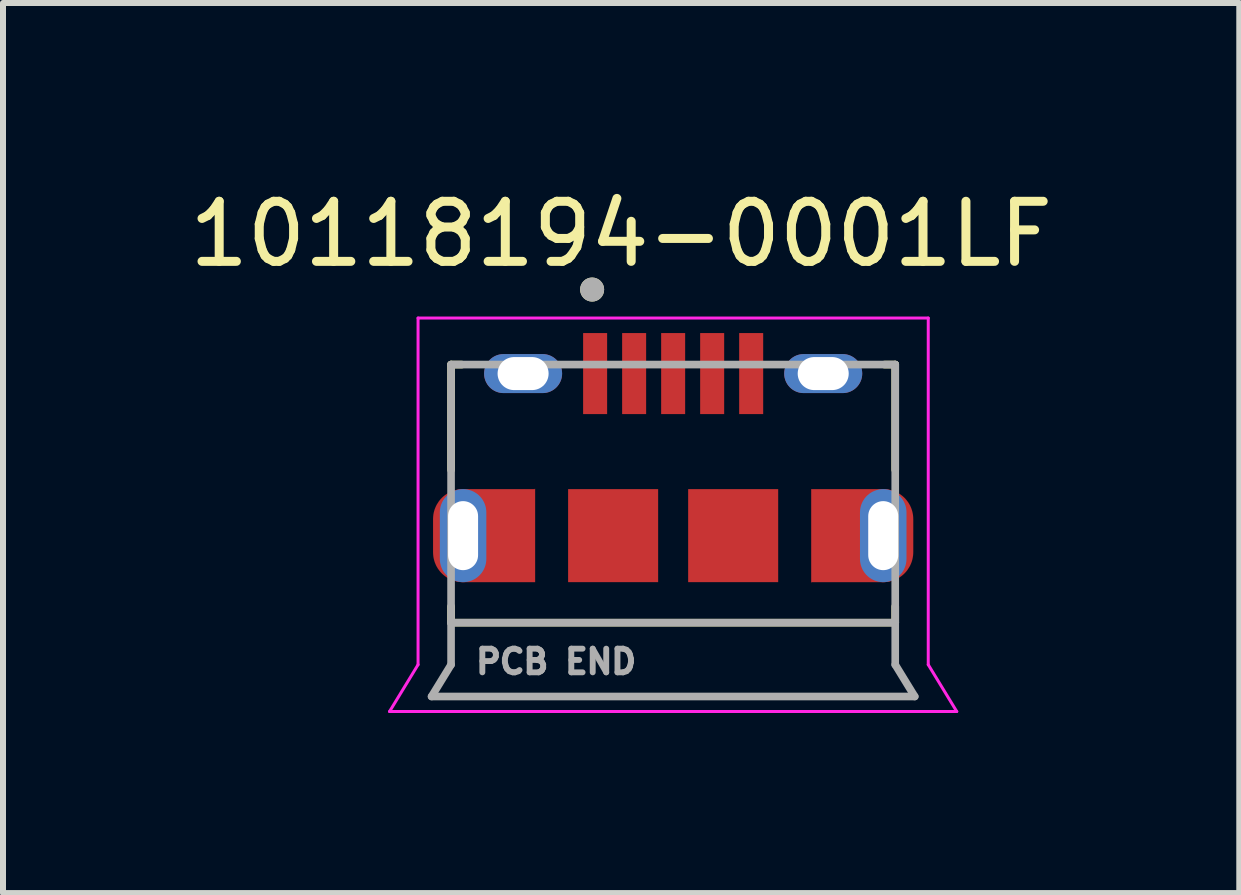
<source format=kicad_pcb>
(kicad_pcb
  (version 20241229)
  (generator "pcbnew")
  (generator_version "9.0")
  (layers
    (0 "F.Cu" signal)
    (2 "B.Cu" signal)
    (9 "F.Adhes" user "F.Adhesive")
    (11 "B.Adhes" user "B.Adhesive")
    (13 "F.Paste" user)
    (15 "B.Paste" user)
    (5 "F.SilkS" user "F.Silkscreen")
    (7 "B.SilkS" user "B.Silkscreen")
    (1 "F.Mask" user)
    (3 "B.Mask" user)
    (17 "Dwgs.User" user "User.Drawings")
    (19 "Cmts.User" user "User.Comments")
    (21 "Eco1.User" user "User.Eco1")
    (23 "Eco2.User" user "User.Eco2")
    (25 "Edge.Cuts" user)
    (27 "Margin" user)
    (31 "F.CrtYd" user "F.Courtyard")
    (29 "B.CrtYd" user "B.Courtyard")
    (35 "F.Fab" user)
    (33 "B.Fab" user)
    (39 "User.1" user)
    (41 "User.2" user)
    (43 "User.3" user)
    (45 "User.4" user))
  (footprint "10118194-0001LF"
    (layer "F.Cu")
    (at 8.165 5.874)
    (property "Reference" "10118194-0001LF" (at -0.866 -5.025 0) (layer "F.SilkS") (effects (font (size 1.001 1.001) (thickness 0.15))))
    (attr through_hole)
    (fp_poly (pts (xy -2.3 -0.78) (xy -2.3 0.775) (xy -3.498 0.775) (xy -3.498 0.575) (xy -3.486 0.575) (xy -3.473 0.574) (xy -3.46 0.572) (xy -3.447 0.57) (xy -3.434 0.567) (xy -3.422 0.563) (xy -3.41 0.558) (xy -3.398 0.553) (xy -3.386 0.548) (xy -3.374 0.542) (xy -3.363 0.535) (xy -3.353 0.527) (xy -3.342 0.52) (xy -3.332 0.511) (xy -3.323 0.502) (xy -3.314 0.493) (xy -3.305 0.483) (xy -3.298 0.472) (xy -3.29 0.462) (xy -3.283 0.451) (xy -3.277 0.439) (xy -3.272 0.427) (xy -3.267 0.415) (xy -3.262 0.403) (xy -3.258 0.391) (xy -3.255 0.378) (xy -3.253 0.365) (xy -3.251 0.352) (xy -3.25 0.339) (xy -3.25 0.325) (xy -3.25 0.315) (xy -3.25 -0.315) (xy -3.25 -0.325) (xy -3.25 -0.338) (xy -3.251 -0.351) (xy -3.253 -0.364) (xy -3.255 -0.377) (xy -3.259 -0.39) (xy -3.262 -0.402) (xy -3.267 -0.415) (xy -3.272 -0.427) (xy -3.277 -0.438) (xy -3.283 -0.45) (xy -3.29 -0.461) (xy -3.298 -0.472) (xy -3.306 -0.482) (xy -3.314 -0.492) (xy -3.323 -0.502) (xy -3.333 -0.511) (xy -3.343 -0.519) (xy -3.353 -0.527) (xy -3.364 -0.535) (xy -3.375 -0.542) (xy -3.387 -0.548) (xy -3.398 -0.553) (xy -3.41 -0.558) (xy -3.423 -0.563) (xy -3.435 -0.566) (xy -3.448 -0.57) (xy -3.461 -0.572) (xy -3.474 -0.574) (xy -3.487 -0.575) (xy -3.5 -0.575) (xy -3.513 -0.575) (xy -3.526 -0.574) (xy -3.539 -0.572) (xy -3.552 -0.57) (xy -3.565 -0.566) (xy -3.577 -0.563) (xy -3.59 -0.558) (xy -3.602 -0.553) (xy -3.613 -0.548) (xy -3.625 -0.542) (xy -3.636 -0.535) (xy -3.647 -0.527) (xy -3.657 -0.519) (xy -3.667 -0.511) (xy -3.677 -0.502) (xy -3.686 -0.492) (xy -3.694 -0.482) (xy -3.702 -0.472) (xy -3.71 -0.461) (xy -3.717 -0.45) (xy -3.723 -0.438) (xy -3.728 -0.427) (xy -3.733 -0.415) (xy -3.738 -0.402) (xy -3.741 -0.39) (xy -3.745 -0.377) (xy -3.747 -0.364) (xy -3.749 -0.351) (xy -3.75 -0.338) (xy -3.75 -0.325) (xy -3.75 0.325) (xy -3.75 0.339) (xy -3.749 0.352) (xy -3.747 0.365) (xy -3.745 0.378) (xy -3.742 0.391) (xy -3.738 0.403) (xy -3.733 0.415) (xy -3.728 0.427) (xy -3.723 0.439) (xy -3.717 0.451) (xy -3.71 0.462) (xy -3.702 0.472) (xy -3.695 0.483) (xy -3.686 0.493) (xy -3.677 0.502) (xy -3.668 0.511) (xy -3.658 0.52) (xy -3.647 0.527) (xy -3.637 0.535) (xy -3.626 0.542) (xy -3.614 0.548) (xy -3.602 0.553) (xy -3.59 0.558) (xy -3.578 0.563) (xy -3.566 0.567) (xy -3.553 0.57) (xy -3.54 0.572) (xy -3.527 0.574) (xy -3.514 0.575) (xy -3.502 0.575) (xy -3.502 0.775) (xy -3.527 0.774) (xy -3.553 0.772) (xy -3.579 0.769) (xy -3.605 0.764) (xy -3.63 0.758) (xy -3.655 0.751) (xy -3.68 0.742) (xy -3.704 0.732) (xy -3.728 0.721) (xy -3.751 0.708) (xy -3.773 0.695) (xy -3.794 0.68) (xy -3.815 0.664) (xy -3.835 0.647) (xy -3.854 0.629) (xy -3.872 0.61) (xy -3.889 0.59) (xy -3.905 0.569) (xy -3.92 0.548) (xy -3.933 0.526) (xy -3.946 0.503) (xy -3.957 0.479) (xy -3.967 0.455) (xy -3.976 0.43) (xy -3.983 0.405) (xy -3.989 0.38) (xy -3.994 0.354) (xy -3.997 0.328) (xy -3.999 0.302) (xy -4 0.275) (xy -4 -0.275) (xy -3.999 -0.301) (xy -3.997 -0.327) (xy -3.994 -0.353) (xy -3.989 -0.379) (xy -3.983 -0.404) (xy -3.976 -0.43) (xy -3.967 -0.454) (xy -3.957 -0.478) (xy -3.946 -0.502) (xy -3.933 -0.525) (xy -3.919 -0.547) (xy -3.905 -0.569) (xy -3.889 -0.59) (xy -3.872 -0.61) (xy -3.854 -0.629) (xy -3.835 -0.647) (xy -3.815 -0.664) (xy -3.794 -0.68) (xy -3.772 -0.694) (xy -3.75 -0.708) (xy -3.727 -0.721) (xy -3.703 -0.732) (xy -3.679 -0.742) (xy -3.655 -0.751) (xy -3.629 -0.758) (xy -3.604 -0.764) (xy -3.578 -0.769) (xy -3.552 -0.772) (xy -3.526 -0.774) (xy -3.5 -0.775) (xy -2.305 -0.775) (xy -2.305 -0.78) (xy -2.3 -0.78)) (stroke (width 0.001) (type solid)) (fill yes) (layer "F.Cu"))
    (fp_poly (pts (xy 2.3 0.78) (xy 2.3 -0.775) (xy 3.498 -0.775) (xy 3.498 -0.575) (xy 3.486 -0.575) (xy 3.473 -0.574) (xy 3.46 -0.572) (xy 3.447 -0.57) (xy 3.434 -0.567) (xy 3.422 -0.563) (xy 3.41 -0.558) (xy 3.398 -0.553) (xy 3.386 -0.548) (xy 3.374 -0.542) (xy 3.363 -0.535) (xy 3.353 -0.527) (xy 3.342 -0.52) (xy 3.332 -0.511) (xy 3.323 -0.502) (xy 3.314 -0.493) (xy 3.305 -0.483) (xy 3.298 -0.472) (xy 3.29 -0.462) (xy 3.283 -0.451) (xy 3.277 -0.439) (xy 3.272 -0.427) (xy 3.267 -0.415) (xy 3.262 -0.403) (xy 3.258 -0.391) (xy 3.255 -0.378) (xy 3.253 -0.365) (xy 3.251 -0.352) (xy 3.25 -0.339) (xy 3.25 -0.325) (xy 3.25 -0.315) (xy 3.25 0.315) (xy 3.25 0.325) (xy 3.25 0.338) (xy 3.251 0.351) (xy 3.253 0.364) (xy 3.255 0.377) (xy 3.259 0.39) (xy 3.262 0.402) (xy 3.267 0.415) (xy 3.272 0.427) (xy 3.277 0.438) (xy 3.283 0.45) (xy 3.29 0.461) (xy 3.298 0.472) (xy 3.306 0.482) (xy 3.314 0.492) (xy 3.323 0.502) (xy 3.333 0.511) (xy 3.343 0.519) (xy 3.353 0.527) (xy 3.364 0.535) (xy 3.375 0.542) (xy 3.387 0.548) (xy 3.398 0.553) (xy 3.41 0.558) (xy 3.423 0.563) (xy 3.435 0.566) (xy 3.448 0.57) (xy 3.461 0.572) (xy 3.474 0.574) (xy 3.487 0.575) (xy 3.5 0.575) (xy 3.513 0.575) (xy 3.526 0.574) (xy 3.539 0.572) (xy 3.552 0.57) (xy 3.565 0.566) (xy 3.577 0.563) (xy 3.59 0.558) (xy 3.602 0.553) (xy 3.613 0.548) (xy 3.625 0.542) (xy 3.636 0.535) (xy 3.647 0.527) (xy 3.657 0.519) (xy 3.667 0.511) (xy 3.677 0.502) (xy 3.686 0.492) (xy 3.694 0.482) (xy 3.702 0.472) (xy 3.71 0.461) (xy 3.717 0.45) (xy 3.723 0.438) (xy 3.728 0.427) (xy 3.733 0.415) (xy 3.738 0.402) (xy 3.741 0.39) (xy 3.745 0.377) (xy 3.747 0.364) (xy 3.749 0.351) (xy 3.75 0.338) (xy 3.75 0.325) (xy 3.75 -0.325) (xy 3.75 -0.339) (xy 3.749 -0.352) (xy 3.747 -0.365) (xy 3.745 -0.378) (xy 3.742 -0.391) (xy 3.738 -0.403) (xy 3.733 -0.415) (xy 3.728 -0.427) (xy 3.723 -0.439) (xy 3.717 -0.451) (xy 3.71 -0.462) (xy 3.702 -0.472) (xy 3.695 -0.483) (xy 3.686 -0.493) (xy 3.677 -0.502) (xy 3.668 -0.511) (xy 3.658 -0.52) (xy 3.647 -0.527) (xy 3.637 -0.535) (xy 3.626 -0.542) (xy 3.614 -0.548) (xy 3.602 -0.553) (xy 3.59 -0.558) (xy 3.578 -0.563) (xy 3.566 -0.567) (xy 3.553 -0.57) (xy 3.54 -0.572) (xy 3.527 -0.574) (xy 3.514 -0.575) (xy 3.502 -0.575) (xy 3.502 -0.775) (xy 3.527 -0.774) (xy 3.553 -0.772) (xy 3.579 -0.769) (xy 3.605 -0.764) (xy 3.63 -0.758) (xy 3.655 -0.751) (xy 3.68 -0.742) (xy 3.704 -0.732) (xy 3.728 -0.721) (xy 3.751 -0.708) (xy 3.773 -0.695) (xy 3.794 -0.68) (xy 3.815 -0.664) (xy 3.835 -0.647) (xy 3.854 -0.629) (xy 3.872 -0.61) (xy 3.889 -0.59) (xy 3.905 -0.569) (xy 3.92 -0.548) (xy 3.933 -0.526) (xy 3.946 -0.503) (xy 3.957 -0.479) (xy 3.967 -0.455) (xy 3.976 -0.43) (xy 3.983 -0.405) (xy 3.989 -0.38) (xy 3.994 -0.354) (xy 3.997 -0.328) (xy 3.999 -0.302) (xy 4 -0.275) (xy 4 0.275) (xy 3.999 0.301) (xy 3.997 0.327) (xy 3.994 0.353) (xy 3.989 0.379) (xy 3.983 0.404) (xy 3.976 0.43) (xy 3.967 0.454) (xy 3.957 0.478) (xy 3.946 0.502) (xy 3.933 0.525) (xy 3.919 0.547) (xy 3.905 0.569) (xy 3.889 0.59) (xy 3.872 0.61) (xy 3.854 0.629) (xy 3.835 0.647) (xy 3.815 0.664) (xy 3.794 0.68) (xy 3.772 0.694) (xy 3.75 0.708) (xy 3.727 0.721) (xy 3.703 0.732) (xy 3.679 0.742) (xy 3.655 0.751) (xy 3.629 0.758) (xy 3.604 0.764) (xy 3.578 0.769) (xy 3.552 0.772) (xy 3.526 0.774) (xy 3.5 0.775) (xy 2.305 0.775) (xy 2.305 0.78) (xy 2.3 0.78)) (stroke (width 0.001) (type solid)) (fill yes) (layer "F.Cu"))
    (fp_poly (pts (xy -3.6 -0.875) (xy -2.2 -0.875) (xy -2.2 0.875) (xy -3.6 0.875) (xy -3.626 0.874) (xy -3.652 0.872) (xy -3.678 0.869) (xy -3.704 0.864) (xy -3.729 0.858) (xy -3.755 0.851) (xy -3.779 0.842) (xy -3.803 0.832) (xy -3.827 0.821) (xy -3.85 0.808) (xy -3.872 0.794) (xy -3.894 0.78) (xy -3.915 0.764) (xy -3.935 0.747) (xy -3.954 0.729) (xy -3.972 0.71) (xy -3.989 0.69) (xy -4.005 0.669) (xy -4.019 0.647) (xy -4.033 0.625) (xy -4.046 0.602) (xy -4.057 0.578) (xy -4.067 0.554) (xy -4.076 0.53) (xy -4.083 0.504) (xy -4.089 0.479) (xy -4.094 0.453) (xy -4.097 0.427) (xy -4.099 0.401) (xy -4.1 0.375) (xy -4.1 -0.375) (xy -4.099 -0.401) (xy -4.097 -0.427) (xy -4.094 -0.453) (xy -4.089 -0.479) (xy -4.083 -0.504) (xy -4.076 -0.53) (xy -4.067 -0.554) (xy -4.057 -0.578) (xy -4.046 -0.602) (xy -4.033 -0.625) (xy -4.019 -0.647) (xy -4.005 -0.669) (xy -3.989 -0.69) (xy -3.972 -0.71) (xy -3.954 -0.729) (xy -3.935 -0.747) (xy -3.915 -0.764) (xy -3.894 -0.78) (xy -3.872 -0.794) (xy -3.85 -0.808) (xy -3.827 -0.821) (xy -3.803 -0.832) (xy -3.779 -0.842) (xy -3.755 -0.851) (xy -3.729 -0.858) (xy -3.704 -0.864) (xy -3.678 -0.869) (xy -3.652 -0.872) (xy -3.626 -0.874) (xy -3.6 -0.875)) (stroke (width 0.0001) (type solid)) (fill yes) (layer "F.Mask"))
    (fp_poly (pts (xy 3.6 0.875) (xy 2.2 0.875) (xy 2.2 -0.875) (xy 3.6 -0.875) (xy 3.626 -0.874) (xy 3.652 -0.872) (xy 3.678 -0.869) (xy 3.704 -0.864) (xy 3.729 -0.858) (xy 3.755 -0.851) (xy 3.779 -0.842) (xy 3.803 -0.832) (xy 3.827 -0.821) (xy 3.85 -0.808) (xy 3.872 -0.794) (xy 3.894 -0.78) (xy 3.915 -0.764) (xy 3.935 -0.747) (xy 3.954 -0.729) (xy 3.972 -0.71) (xy 3.989 -0.69) (xy 4.005 -0.669) (xy 4.019 -0.647) (xy 4.033 -0.625) (xy 4.046 -0.602) (xy 4.057 -0.578) (xy 4.067 -0.554) (xy 4.076 -0.53) (xy 4.083 -0.504) (xy 4.089 -0.479) (xy 4.094 -0.453) (xy 4.097 -0.427) (xy 4.099 -0.401) (xy 4.1 -0.375) (xy 4.1 0.375) (xy 4.099 0.401) (xy 4.097 0.427) (xy 4.094 0.453) (xy 4.089 0.479) (xy 4.083 0.504) (xy 4.076 0.53) (xy 4.067 0.554) (xy 4.057 0.578) (xy 4.046 0.602) (xy 4.033 0.625) (xy 4.019 0.647) (xy 4.005 0.669) (xy 3.989 0.69) (xy 3.972 0.71) (xy 3.954 0.729) (xy 3.935 0.747) (xy 3.915 0.764) (xy 3.894 0.78) (xy 3.872 0.794) (xy 3.85 0.808) (xy 3.827 0.821) (xy 3.803 0.832) (xy 3.779 0.842) (xy 3.755 0.851) (xy 3.729 0.858) (xy 3.704 0.864) (xy 3.678 0.869) (xy 3.652 0.872) (xy 3.626 0.874) (xy 3.6 0.875)) (stroke (width 0.0001) (type solid)) (fill yes) (layer "F.Mask"))
    (fp_line (start -3.7 -2.85) (end -3.7 -1.095) (stroke (width 0.127) (type solid)) (layer "F.SilkS"))
    (fp_line (start -3.7 -2.85) (end -3.52 -2.85) (stroke (width 0.127) (type solid)) (layer "F.SilkS"))
    (fp_line (start -3.7 1.45) (end -3.7 1.18) (stroke (width 0.127) (type solid)) (layer "F.SilkS"))
    (fp_line (start -3.7 1.45) (end 3.7 1.45) (stroke (width 0.127) (type solid)) (layer "F.SilkS"))
    (fp_line (start 3.7 -2.85) (end 3.52 -2.85) (stroke (width 0.127) (type solid)) (layer "F.SilkS"))
    (fp_line (start 3.7 -2.85) (end 3.7 -1.095) (stroke (width 0.127) (type solid)) (layer "F.SilkS"))
    (fp_line (start 3.7 1.18) (end 3.7 1.45) (stroke (width 0.127) (type solid)) (layer "F.SilkS"))
    (fp_circle (center -1.35 -4.1) (end -1.25 -4.1) (stroke (width 0.2) (type solid)) (fill no) (layer "F.SilkS"))
    (fp_line (start -3.5 -0.77) (end -3.5 -0.6) (stroke (width 0.0001) (type solid)) (layer "F.Paste"))
    (fp_line (start 3.5 0.77) (end 3.5 0.6) (stroke (width 0.0001) (type solid)) (layer "F.Paste"))
    (fp_poly (pts (xy -3.5 -0.775) (xy -3.5 -0.575) (xy -3.487 -0.575) (xy -3.474 -0.574) (xy -3.461 -0.572) (xy -3.448 -0.57) (xy -3.435 -0.566) (xy -3.423 -0.563) (xy -3.41 -0.558) (xy -3.398 -0.553) (xy -3.387 -0.548) (xy -3.375 -0.542) (xy -3.364 -0.535) (xy -3.353 -0.527) (xy -3.343 -0.519) (xy -3.333 -0.511) (xy -3.323 -0.502) (xy -3.314 -0.492) (xy -3.306 -0.482) (xy -3.298 -0.472) (xy -3.29 -0.461) (xy -3.283 -0.45) (xy -3.277 -0.438) (xy -3.272 -0.427) (xy -3.267 -0.415) (xy -3.262 -0.402) (xy -3.259 -0.39) (xy -3.255 -0.377) (xy -3.253 -0.364) (xy -3.251 -0.351) (xy -3.25 -0.338) (xy -3.25 -0.325) (xy -3.25 0.325) (xy -3.25 0.338) (xy -3.251 0.351) (xy -3.253 0.364) (xy -3.255 0.377) (xy -3.259 0.39) (xy -3.262 0.402) (xy -3.267 0.415) (xy -3.272 0.427) (xy -3.277 0.438) (xy -3.283 0.45) (xy -3.29 0.461) (xy -3.298 0.472) (xy -3.306 0.482) (xy -3.314 0.492) (xy -3.323 0.502) (xy -3.333 0.511) (xy -3.343 0.519) (xy -3.353 0.527) (xy -3.364 0.535) (xy -3.375 0.542) (xy -3.387 0.548) (xy -3.398 0.553) (xy -3.41 0.558) (xy -3.423 0.563) (xy -3.435 0.566) (xy -3.448 0.57) (xy -3.461 0.572) (xy -3.474 0.574) (xy -3.487 0.575) (xy -3.5 0.575) (xy -3.5 0.775) (xy -2.3 0.775) (xy -2.3 -0.775) (xy -3.5 -0.775)) (stroke (width 0.0001) (type solid)) (fill yes) (layer "F.Paste"))
    (fp_poly (pts (xy 3.5 0.775) (xy 3.5 0.575) (xy 3.487 0.575) (xy 3.474 0.574) (xy 3.461 0.572) (xy 3.448 0.57) (xy 3.435 0.566) (xy 3.423 0.563) (xy 3.41 0.558) (xy 3.398 0.553) (xy 3.387 0.548) (xy 3.375 0.542) (xy 3.364 0.535) (xy 3.353 0.527) (xy 3.343 0.519) (xy 3.333 0.511) (xy 3.323 0.502) (xy 3.314 0.492) (xy 3.306 0.482) (xy 3.298 0.472) (xy 3.29 0.461) (xy 3.283 0.45) (xy 3.277 0.438) (xy 3.272 0.427) (xy 3.267 0.415) (xy 3.262 0.402) (xy 3.259 0.39) (xy 3.255 0.377) (xy 3.253 0.364) (xy 3.251 0.351) (xy 3.25 0.338) (xy 3.25 0.325) (xy 3.25 -0.325) (xy 3.25 -0.338) (xy 3.251 -0.351) (xy 3.253 -0.364) (xy 3.255 -0.377) (xy 3.259 -0.39) (xy 3.262 -0.402) (xy 3.267 -0.415) (xy 3.272 -0.427) (xy 3.277 -0.438) (xy 3.283 -0.45) (xy 3.29 -0.461) (xy 3.298 -0.472) (xy 3.306 -0.482) (xy 3.314 -0.492) (xy 3.323 -0.502) (xy 3.333 -0.511) (xy 3.343 -0.519) (xy 3.353 -0.527) (xy 3.364 -0.535) (xy 3.375 -0.542) (xy 3.387 -0.548) (xy 3.398 -0.553) (xy 3.41 -0.558) (xy 3.423 -0.563) (xy 3.435 -0.566) (xy 3.448 -0.57) (xy 3.461 -0.572) (xy 3.474 -0.574) (xy 3.487 -0.575) (xy 3.5 -0.575) (xy 3.5 -0.775) (xy 2.3 -0.775) (xy 2.3 0.775) (xy 3.5 0.775)) (stroke (width 0.0001) (type solid)) (fill yes) (layer "F.Paste"))
    (fp_poly (pts (xy -3.5 -0.775) (xy -3.5 -0.575) (xy -3.513 -0.575) (xy -3.526 -0.574) (xy -3.539 -0.572) (xy -3.552 -0.57) (xy -3.565 -0.566) (xy -3.577 -0.563) (xy -3.59 -0.558) (xy -3.602 -0.553) (xy -3.613 -0.548) (xy -3.625 -0.542) (xy -3.636 -0.535) (xy -3.647 -0.527) (xy -3.657 -0.519) (xy -3.667 -0.511) (xy -3.677 -0.502) (xy -3.686 -0.492) (xy -3.694 -0.482) (xy -3.702 -0.472) (xy -3.71 -0.461) (xy -3.717 -0.45) (xy -3.723 -0.438) (xy -3.728 -0.427) (xy -3.733 -0.415) (xy -3.738 -0.402) (xy -3.741 -0.39) (xy -3.745 -0.377) (xy -3.747 -0.364) (xy -3.749 -0.351) (xy -3.75 -0.338) (xy -3.75 -0.325) (xy -3.75 0.325) (xy -3.75 0.338) (xy -3.749 0.351) (xy -3.747 0.364) (xy -3.745 0.377) (xy -3.741 0.39) (xy -3.738 0.402) (xy -3.733 0.415) (xy -3.728 0.427) (xy -3.723 0.438) (xy -3.717 0.45) (xy -3.71 0.461) (xy -3.702 0.472) (xy -3.694 0.482) (xy -3.686 0.492) (xy -3.677 0.502) (xy -3.667 0.511) (xy -3.657 0.519) (xy -3.647 0.527) (xy -3.636 0.535) (xy -3.625 0.542) (xy -3.613 0.548) (xy -3.602 0.553) (xy -3.59 0.558) (xy -3.577 0.563) (xy -3.565 0.566) (xy -3.552 0.57) (xy -3.539 0.572) (xy -3.526 0.574) (xy -3.513 0.575) (xy -3.5 0.575) (xy -3.5 0.775) (xy -3.526 0.774) (xy -3.552 0.772) (xy -3.578 0.769) (xy -3.604 0.764) (xy -3.629 0.758) (xy -3.655 0.751) (xy -3.679 0.742) (xy -3.703 0.732) (xy -3.727 0.721) (xy -3.75 0.708) (xy -3.772 0.694) (xy -3.794 0.68) (xy -3.815 0.664) (xy -3.835 0.647) (xy -3.854 0.629) (xy -3.872 0.61) (xy -3.889 0.59) (xy -3.905 0.569) (xy -3.919 0.547) (xy -3.933 0.525) (xy -3.946 0.502) (xy -3.957 0.478) (xy -3.967 0.454) (xy -3.976 0.43) (xy -3.983 0.404) (xy -3.989 0.379) (xy -3.994 0.353) (xy -3.997 0.327) (xy -3.999 0.301) (xy -4 0.275) (xy -4 -0.275) (xy -3.999 -0.301) (xy -3.997 -0.327) (xy -3.994 -0.353) (xy -3.989 -0.379) (xy -3.983 -0.404) (xy -3.976 -0.43) (xy -3.967 -0.454) (xy -3.957 -0.478) (xy -3.946 -0.502) (xy -3.933 -0.525) (xy -3.919 -0.547) (xy -3.905 -0.569) (xy -3.889 -0.59) (xy -3.872 -0.61) (xy -3.854 -0.629) (xy -3.835 -0.647) (xy -3.815 -0.664) (xy -3.794 -0.68) (xy -3.772 -0.694) (xy -3.75 -0.708) (xy -3.727 -0.721) (xy -3.703 -0.732) (xy -3.679 -0.742) (xy -3.655 -0.751) (xy -3.629 -0.758) (xy -3.604 -0.764) (xy -3.578 -0.769) (xy -3.552 -0.772) (xy -3.526 -0.774) (xy -3.5 -0.775)) (stroke (width 0.0001) (type solid)) (fill yes) (layer "F.Paste"))
    (fp_poly (pts (xy 3.5 0.775) (xy 3.5 0.575) (xy 3.513 0.575) (xy 3.526 0.574) (xy 3.539 0.572) (xy 3.552 0.57) (xy 3.565 0.566) (xy 3.577 0.563) (xy 3.59 0.558) (xy 3.602 0.553) (xy 3.613 0.548) (xy 3.625 0.542) (xy 3.636 0.535) (xy 3.647 0.527) (xy 3.657 0.519) (xy 3.667 0.511) (xy 3.677 0.502) (xy 3.686 0.492) (xy 3.694 0.482) (xy 3.702 0.472) (xy 3.71 0.461) (xy 3.717 0.45) (xy 3.723 0.438) (xy 3.728 0.427) (xy 3.733 0.415) (xy 3.738 0.402) (xy 3.741 0.39) (xy 3.745 0.377) (xy 3.747 0.364) (xy 3.749 0.351) (xy 3.75 0.338) (xy 3.75 0.325) (xy 3.75 -0.325) (xy 3.75 -0.338) (xy 3.749 -0.351) (xy 3.747 -0.364) (xy 3.745 -0.377) (xy 3.741 -0.39) (xy 3.738 -0.402) (xy 3.733 -0.415) (xy 3.728 -0.427) (xy 3.723 -0.438) (xy 3.717 -0.45) (xy 3.71 -0.461) (xy 3.702 -0.472) (xy 3.694 -0.482) (xy 3.686 -0.492) (xy 3.677 -0.502) (xy 3.667 -0.511) (xy 3.657 -0.519) (xy 3.647 -0.527) (xy 3.636 -0.535) (xy 3.625 -0.542) (xy 3.613 -0.548) (xy 3.602 -0.553) (xy 3.59 -0.558) (xy 3.577 -0.563) (xy 3.565 -0.566) (xy 3.552 -0.57) (xy 3.539 -0.572) (xy 3.526 -0.574) (xy 3.513 -0.575) (xy 3.5 -0.575) (xy 3.5 -0.775) (xy 3.526 -0.774) (xy 3.552 -0.772) (xy 3.578 -0.769) (xy 3.604 -0.764) (xy 3.629 -0.758) (xy 3.655 -0.751) (xy 3.679 -0.742) (xy 3.703 -0.732) (xy 3.727 -0.721) (xy 3.75 -0.708) (xy 3.772 -0.694) (xy 3.794 -0.68) (xy 3.815 -0.664) (xy 3.835 -0.647) (xy 3.854 -0.629) (xy 3.872 -0.61) (xy 3.889 -0.59) (xy 3.905 -0.569) (xy 3.919 -0.547) (xy 3.933 -0.525) (xy 3.946 -0.502) (xy 3.957 -0.478) (xy 3.967 -0.454) (xy 3.976 -0.43) (xy 3.983 -0.404) (xy 3.989 -0.379) (xy 3.994 -0.353) (xy 3.997 -0.327) (xy 3.999 -0.301) (xy 4 -0.275) (xy 4 0.275) (xy 3.999 0.301) (xy 3.997 0.327) (xy 3.994 0.353) (xy 3.989 0.379) (xy 3.983 0.404) (xy 3.976 0.43) (xy 3.967 0.454) (xy 3.957 0.478) (xy 3.946 0.502) (xy 3.933 0.525) (xy 3.919 0.547) (xy 3.905 0.569) (xy 3.889 0.59) (xy 3.872 0.61) (xy 3.854 0.629) (xy 3.835 0.647) (xy 3.815 0.664) (xy 3.794 0.68) (xy 3.772 0.694) (xy 3.75 0.708) (xy 3.727 0.721) (xy 3.703 0.732) (xy 3.679 0.742) (xy 3.655 0.751) (xy 3.629 0.758) (xy 3.604 0.764) (xy 3.578 0.769) (xy 3.552 0.772) (xy 3.526 0.774) (xy 3.5 0.775)) (stroke (width 0.0001) (type solid)) (fill yes) (layer "F.Paste"))
    (fp_line (start -4.725 2.93) (end -4.25 2.15) (stroke (width 0.05) (type solid)) (layer "F.CrtYd"))
    (fp_line (start -4.25 -3.625) (end 4.25 -3.625) (stroke (width 0.05) (type solid)) (layer "F.CrtYd"))
    (fp_line (start -4.25 2.15) (end -4.25 -3.625) (stroke (width 0.05) (type solid)) (layer "F.CrtYd"))
    (fp_line (start 4.25 2.15) (end 4.25 -3.625) (stroke (width 0.05) (type solid)) (layer "F.CrtYd"))
    (fp_line (start 4.725 2.93) (end -4.725 2.93) (stroke (width 0.05) (type solid)) (layer "F.CrtYd"))
    (fp_line (start 4.725 2.93) (end 4.25 2.15) (stroke (width 0.05) (type solid)) (layer "F.CrtYd"))
    (fp_line (start -4.025 2.68) (end 4.025 2.68) (stroke (width 0.127) (type solid)) (layer "F.Fab"))
    (fp_line (start -3.7 -2.85) (end -3.7 1.45) (stroke (width 0.127) (type solid)) (layer "F.Fab"))
    (fp_line (start -3.7 -2.85) (end 3.7 -2.85) (stroke (width 0.127) (type solid)) (layer "F.Fab"))
    (fp_line (start -3.7 1.45) (end -3.7 2.15) (stroke (width 0.127) (type solid)) (layer "F.Fab"))
    (fp_line (start -3.7 1.45) (end 3.7 1.45) (stroke (width 0.127) (type solid)) (layer "F.Fab"))
    (fp_line (start -3.7 2.15) (end -4.025 2.68) (stroke (width 0.127) (type solid)) (layer "F.Fab"))
    (fp_line (start 3.7 1.45) (end 3.7 -2.85) (stroke (width 0.127) (type solid)) (layer "F.Fab"))
    (fp_line (start 3.7 2.15) (end 3.7 1.45) (stroke (width 0.127) (type solid)) (layer "F.Fab"))
    (fp_line (start 4.025 2.68) (end 3.7 2.15) (stroke (width 0.127) (type solid)) (layer "F.Fab"))
    (fp_circle (center -1.35 -4.1) (end -1.25 -4.1) (stroke (width 0.2) (type solid)) (fill no) (layer "F.Fab"))
    (fp_text user "PCB END" (at -1.95 2.1 0) (layer "F.Fab") (effects (font (size 0.394 0.394) (thickness 0.098))))
    (pad "1" smd rect (at -1.3 -2.7) (size 0.4 1.35) (layers "F.Cu" "F.Mask" "F.Paste"))
    (pad "2" smd rect (at -0.65 -2.7) (size 0.4 1.35) (layers "F.Cu" "F.Mask" "F.Paste"))
    (pad "3" smd rect (at 0 -2.7) (size 0.4 1.35) (layers "F.Cu" "F.Mask" "F.Paste"))
    (pad "4" smd rect (at 0.65 -2.7) (size 0.4 1.35) (layers "F.Cu" "F.Mask" "F.Paste"))
    (pad "5" smd rect (at 1.3 -2.7) (size 0.4 1.35) (layers "F.Cu" "F.Mask" "F.Paste"))
    (pad "S1" thru_hole oval (at -2.5 -2.7) (size 1.3 0.65) (drill oval 0.85 0.55) (layers "*.Cu" "*.Mask"))
    (pad "S1" smd rect (at -1 0) (size 1.5 1.55) (layers "F.Cu" "F.Mask" "F.Paste"))
    (pad "S1" smd rect (at 1 0) (size 1.5 1.55) (layers "F.Cu" "F.Mask" "F.Paste"))
    (pad "S2" thru_hole oval (at -3.5 0) (size 0.775 1.55) (drill oval 0.5 1.15) (layers "*.Cu" "*.Mask"))
    (pad "S2" thru_hole oval (at 2.5 -2.7) (size 1.3 0.65) (drill oval 0.85 0.55) (layers "*.Cu" "*.Mask"))
    (pad "S2" thru_hole oval (at 3.5 0) (size 0.775 1.55) (drill oval 0.5 1.15) (layers "*.Cu" "*.Mask")))
  (gr_rect
    (start -3 -3)
    (end 17.597 11.829)
    (stroke (width 0.1) (type default))
    (fill no)
    (layer "Edge.Cuts")))
</source>
